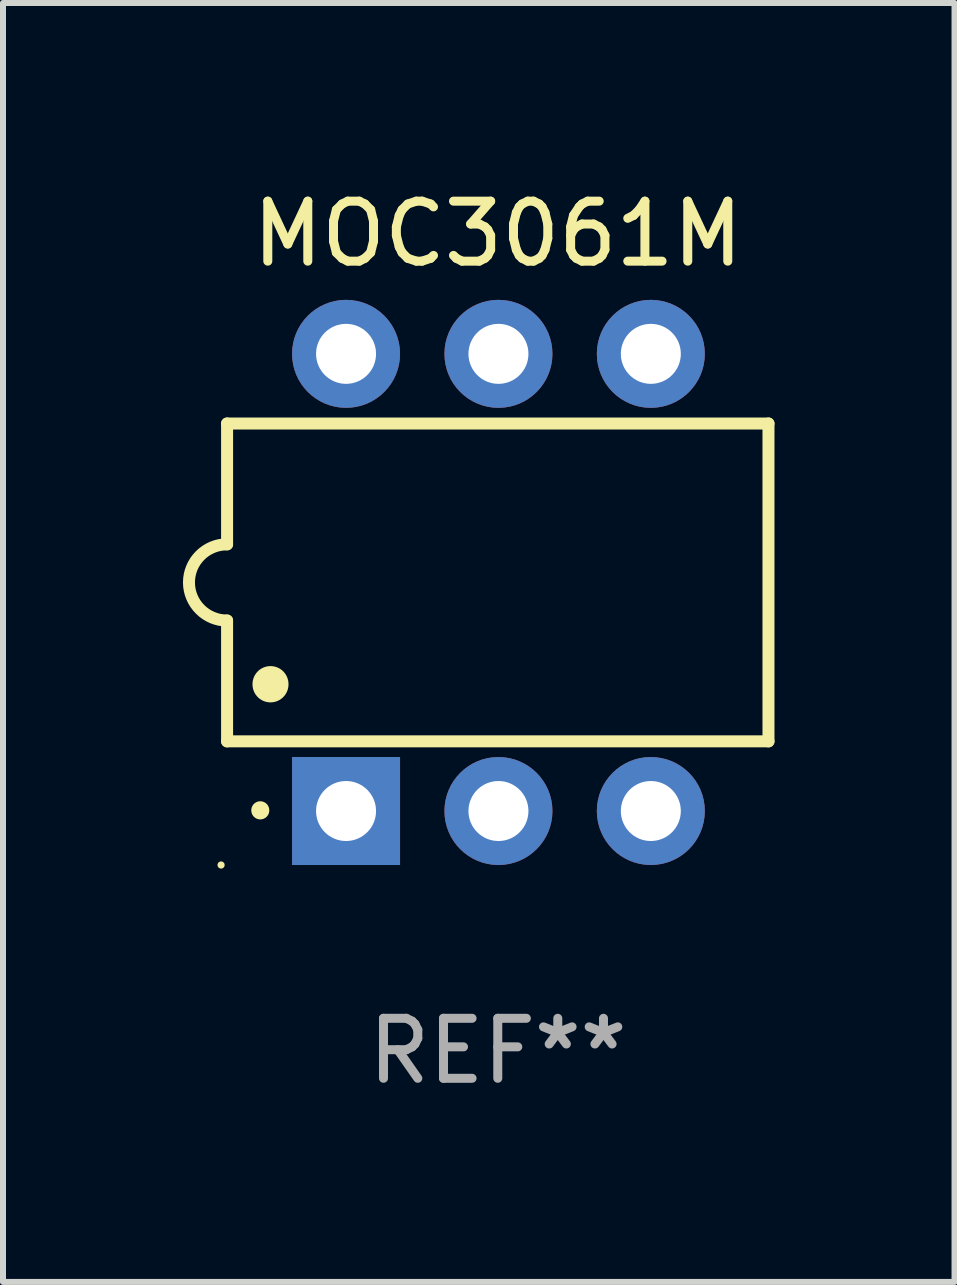
<source format=kicad_pcb>
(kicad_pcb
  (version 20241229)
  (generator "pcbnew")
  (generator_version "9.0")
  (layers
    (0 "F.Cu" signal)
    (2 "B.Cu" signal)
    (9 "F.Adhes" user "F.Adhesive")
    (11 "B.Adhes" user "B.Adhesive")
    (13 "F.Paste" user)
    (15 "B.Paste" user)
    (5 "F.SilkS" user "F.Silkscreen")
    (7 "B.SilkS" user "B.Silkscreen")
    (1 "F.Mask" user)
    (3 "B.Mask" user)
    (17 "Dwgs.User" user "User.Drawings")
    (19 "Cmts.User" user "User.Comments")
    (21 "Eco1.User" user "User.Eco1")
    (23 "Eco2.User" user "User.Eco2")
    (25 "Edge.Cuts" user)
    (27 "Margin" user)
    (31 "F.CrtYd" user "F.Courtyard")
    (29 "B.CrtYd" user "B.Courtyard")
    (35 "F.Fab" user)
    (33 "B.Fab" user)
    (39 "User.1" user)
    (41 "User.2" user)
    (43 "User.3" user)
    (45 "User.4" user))
  (footprint "MOC3061M"
    (layer "F.Cu")
    (at 5.247 6.658)
    (property "Reference" "MOC3061M" (at 0 -5.81 0) (layer "F.SilkS") (effects (font (size 1 1) (thickness 0.15))))
    (attr through_hole)
    (fp_line (start -4.512 -2.649) (end 4.512 -2.649) (stroke (width 0.2) (type solid)) (layer "F.SilkS"))
    (fp_line (start -4.512 -0.635) (end -4.512 -2.649) (stroke (width 0.2) (type solid)) (layer "F.SilkS"))
    (fp_line (start -4.512 2.649) (end -4.512 0.635) (stroke (width 0.2) (type solid)) (layer "F.SilkS"))
    (fp_line (start 4.512 -2.649) (end 4.512 2.649) (stroke (width 0.2) (type solid)) (layer "F.SilkS"))
    (fp_line (start 4.512 2.649) (end -4.512 2.649) (stroke (width 0.2) (type solid)) (layer "F.SilkS"))
    (fp_arc (start -4.512319 0.635001) (mid -5.14732 0) (end -4.512319 -0.635001) (stroke (width 0.2) (type solid)) (layer "F.SilkS"))
    (fp_arc (start -3.958598 3.799848) (mid -3.958603 3.798578) (end -3.958598 3.797308) (stroke (width 0.3) (type solid)) (layer "F.SilkS"))
    (fp_arc (start -3.788418 1.699263) (mid -3.788429 1.696723) (end -3.788418 1.694183) (stroke (width 0.6) (type solid)) (layer "F.SilkS"))
    (fp_circle (center -4.612 4.71) (end -4.582 4.71) (stroke (width 0.06) (type solid)) (fill no) (layer "F.SilkS"))
    (fp_text user "REF**" (at 0 7.81 0) (layer "F.Fab") (effects (font (size 1 1) (thickness 0.15))))
    (pad "1" thru_hole rect (at -2.529 3.81 90) (size 1.8 1.8) (drill 1) (layers "*.Cu" "*.Mask"))
    (pad "2" thru_hole circle (at 0.011 3.81) (size 1.8 1.8) (drill 1) (layers "*.Cu" "*.Mask"))
    (pad "3" thru_hole circle (at 2.551 3.81) (size 1.8 1.8) (drill 1) (layers "*.Cu" "*.Mask"))
    (pad "4" thru_hole circle (at 2.551 -3.81) (size 1.8 1.8) (drill 1) (layers "*.Cu" "*.Mask"))
    (pad "5" thru_hole circle (at 0.011 -3.81) (size 1.8 1.8) (drill 1) (layers "*.Cu" "*.Mask"))
    (pad "6" thru_hole circle (at -2.529 -3.81) (size 1.8 1.8) (drill 1) (layers "*.Cu" "*.Mask")))
  (gr_rect
    (start -3 -3)
    (end 12.86 18.317)
    (stroke (width 0.1) (type default))
    (fill no)
    (layer "Edge.Cuts")))
</source>
